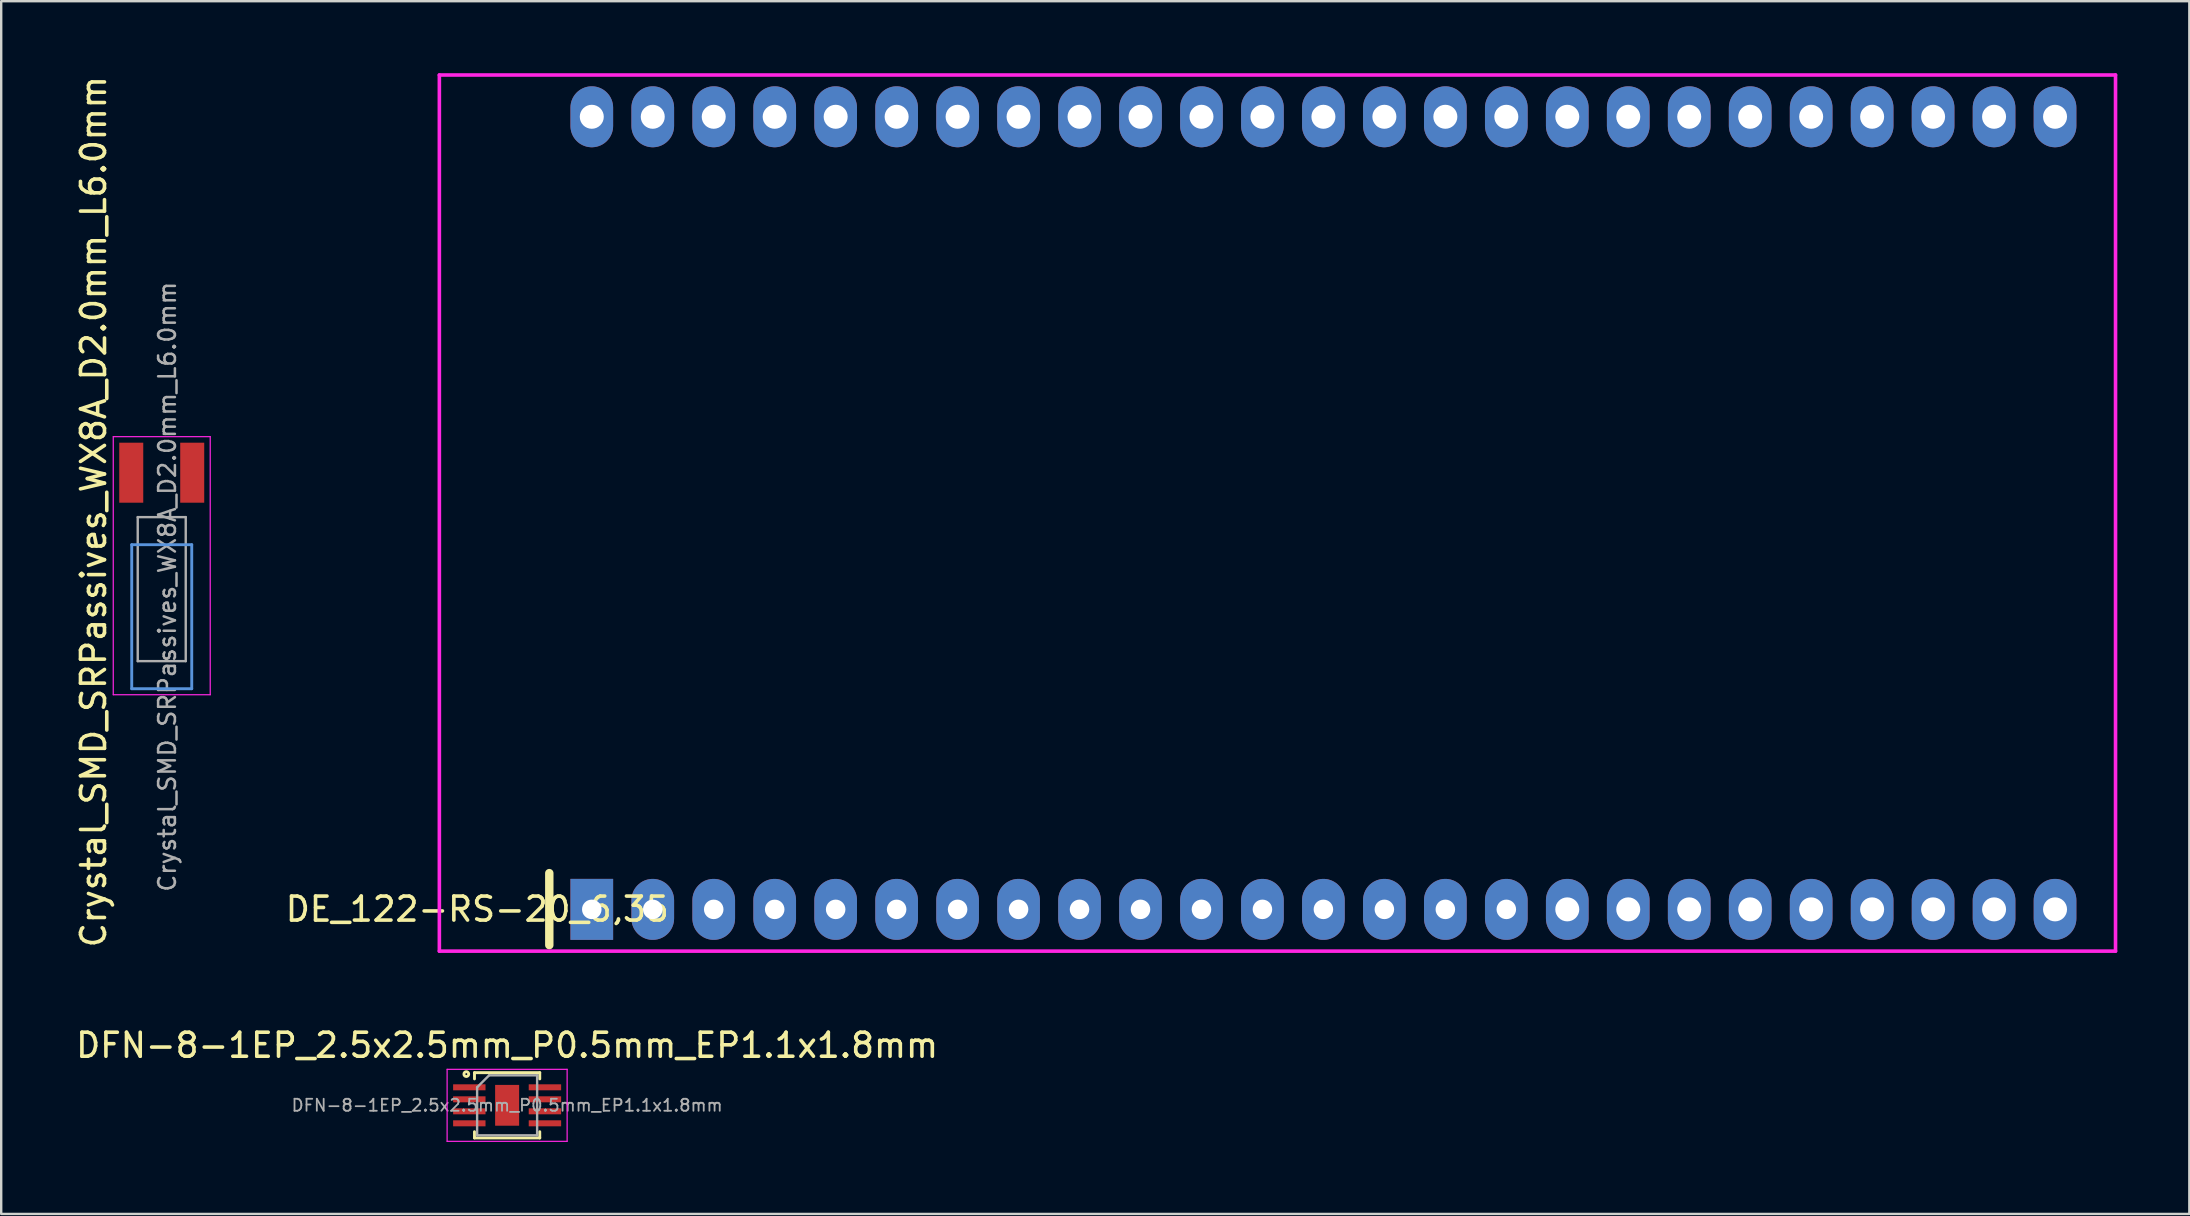
<source format=kicad_pcb>
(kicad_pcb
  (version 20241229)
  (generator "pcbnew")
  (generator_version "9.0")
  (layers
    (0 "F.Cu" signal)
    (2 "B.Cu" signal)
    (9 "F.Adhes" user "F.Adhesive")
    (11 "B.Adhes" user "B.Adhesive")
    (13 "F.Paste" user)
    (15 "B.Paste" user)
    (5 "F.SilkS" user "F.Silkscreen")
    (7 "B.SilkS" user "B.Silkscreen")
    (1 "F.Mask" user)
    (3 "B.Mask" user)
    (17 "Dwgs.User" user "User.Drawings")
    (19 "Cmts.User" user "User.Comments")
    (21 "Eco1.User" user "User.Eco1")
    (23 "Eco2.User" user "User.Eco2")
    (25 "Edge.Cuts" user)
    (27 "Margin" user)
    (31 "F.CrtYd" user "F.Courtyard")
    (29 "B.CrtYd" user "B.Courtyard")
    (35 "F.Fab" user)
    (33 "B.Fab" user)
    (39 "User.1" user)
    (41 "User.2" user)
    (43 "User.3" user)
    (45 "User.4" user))
  (footprint "DE_122-RS-20_6,35"
    (layer "F.Cu")
    (at 52.084 18.325)
    (property "Reference" "DE_122-RS-20_6,35" (at -35.25 16.5 0) (layer "F.SilkS") (effects (font (size 1 1) (thickness 0.15))))
    (attr through_hole)
    (fp_line (start -32.25 15) (end -32.25 18) (stroke (width 0.35) (type solid)) (layer "F.SilkS"))
    (fp_line (start -36.83 -18.25) (end 33 -18.25) (stroke (width 0.15) (type solid)) (layer "F.CrtYd"))
    (fp_line (start -36.83 18.25) (end -36.83 -18.25) (stroke (width 0.15) (type solid)) (layer "F.CrtYd"))
    (fp_line (start 33 -18.25) (end 33 18.25) (stroke (width 0.15) (type solid)) (layer "F.CrtYd"))
    (fp_line (start 33 18.25) (end -36.83 18.25) (stroke (width 0.15) (type solid)) (layer "F.CrtYd"))
    (pad "1" thru_hole rect (at -30.48 16.51) (size 1.778 2.54) (drill 0.813) (layers "*.Cu" "*.Mask"))
    (pad "2" thru_hole oval (at -27.94 16.51) (size 1.778 2.54) (drill 0.813) (layers "*.Cu" "*.Mask"))
    (pad "3" thru_hole oval (at -25.4 16.51) (size 1.778 2.54) (drill 0.813) (layers "*.Cu" "*.Mask"))
    (pad "4" thru_hole oval (at -22.86 16.51) (size 1.778 2.54) (drill 0.813) (layers "*.Cu" "*.Mask"))
    (pad "5" thru_hole oval (at -20.32 16.51) (size 1.778 2.54) (drill 0.813) (layers "*.Cu" "*.Mask"))
    (pad "6" thru_hole oval (at -17.78 16.51) (size 1.778 2.54) (drill 0.813) (layers "*.Cu" "*.Mask"))
    (pad "7" thru_hole oval (at -15.24 16.51) (size 1.778 2.54) (drill 0.813) (layers "*.Cu" "*.Mask"))
    (pad "8" thru_hole oval (at -12.7 16.51) (size 1.778 2.54) (drill 0.813) (layers "*.Cu" "*.Mask"))
    (pad "9" thru_hole oval (at -10.16 16.51) (size 1.778 2.54) (drill 0.813) (layers "*.Cu" "*.Mask"))
    (pad "10" thru_hole oval (at -7.62 16.51) (size 1.778 2.54) (drill 0.813) (layers "*.Cu" "*.Mask"))
    (pad "11" thru_hole oval (at -5.08 16.51) (size 1.778 2.54) (drill 0.813) (layers "*.Cu" "*.Mask"))
    (pad "12" thru_hole oval (at -2.54 16.51) (size 1.778 2.54) (drill 0.813) (layers "*.Cu" "*.Mask"))
    (pad "13" thru_hole oval (at 0 16.51) (size 1.778 2.54) (drill 0.813) (layers "*.Cu" "*.Mask"))
    (pad "14" thru_hole oval (at 2.54 16.51) (size 1.778 2.54) (drill 0.813) (layers "*.Cu" "*.Mask"))
    (pad "15" thru_hole oval (at 5.08 16.51) (size 1.778 2.54) (drill 0.813) (layers "*.Cu" "*.Mask"))
    (pad "16" thru_hole oval (at 7.62 16.51) (size 1.778 2.54) (drill 0.813) (layers "*.Cu" "*.Mask"))
    (pad "17" thru_hole oval (at 10.16 16.51) (size 1.778 2.54) (drill 1) (layers "*.Cu" "*.Mask"))
    (pad "18" thru_hole oval (at 12.7 16.51) (size 1.778 2.54) (drill 1) (layers "*.Cu" "*.Mask"))
    (pad "19" thru_hole oval (at 15.24 16.51) (size 1.778 2.54) (drill 1) (layers "*.Cu" "*.Mask"))
    (pad "20" thru_hole oval (at 17.78 16.51) (size 1.778 2.54) (drill 1) (layers "*.Cu" "*.Mask"))
    (pad "21" thru_hole oval (at 20.32 16.51) (size 1.778 2.54) (drill 1) (layers "*.Cu" "*.Mask"))
    (pad "22" thru_hole oval (at 22.86 16.51) (size 1.778 2.54) (drill 1) (layers "*.Cu" "*.Mask"))
    (pad "23" thru_hole oval (at 25.4 16.51) (size 1.778 2.54) (drill 1) (layers "*.Cu" "*.Mask"))
    (pad "24" thru_hole oval (at 27.94 16.51) (size 1.778 2.54) (drill 1) (layers "*.Cu" "*.Mask"))
    (pad "25" thru_hole oval (at 30.48 16.51) (size 1.778 2.54) (drill 1) (layers "*.Cu" "*.Mask"))
    (pad "26" thru_hole oval (at 30.48 -16.51) (size 1.778 2.54) (drill 1) (layers "*.Cu" "*.Mask"))
    (pad "27" thru_hole oval (at 27.94 -16.51) (size 1.778 2.54) (drill 1) (layers "*.Cu" "*.Mask"))
    (pad "28" thru_hole oval (at 25.4 -16.51) (size 1.778 2.54) (drill 1) (layers "*.Cu" "*.Mask"))
    (pad "29" thru_hole oval (at 22.86 -16.51) (size 1.778 2.54) (drill 1) (layers "*.Cu" "*.Mask"))
    (pad "30" thru_hole oval (at 20.32 -16.51) (size 1.778 2.54) (drill 1) (layers "*.Cu" "*.Mask"))
    (pad "31" thru_hole oval (at 17.78 -16.51) (size 1.778 2.54) (drill 1) (layers "*.Cu" "*.Mask"))
    (pad "32" thru_hole oval (at 15.24 -16.51) (size 1.778 2.54) (drill 1) (layers "*.Cu" "*.Mask"))
    (pad "33" thru_hole oval (at 12.7 -16.51) (size 1.778 2.54) (drill 1) (layers "*.Cu" "*.Mask"))
    (pad "34" thru_hole oval (at 10.16 -16.51) (size 1.778 2.54) (drill 1) (layers "*.Cu" "*.Mask"))
    (pad "35" thru_hole oval (at 7.62 -16.51) (size 1.778 2.54) (drill 1) (layers "*.Cu" "*.Mask"))
    (pad "36" thru_hole oval (at 5.08 -16.51) (size 1.778 2.54) (drill 1) (layers "*.Cu" "*.Mask"))
    (pad "37" thru_hole oval (at 2.54 -16.51) (size 1.778 2.54) (drill 1) (layers "*.Cu" "*.Mask"))
    (pad "38" thru_hole oval (at 0 -16.51) (size 1.778 2.54) (drill 1) (layers "*.Cu" "*.Mask"))
    (pad "39" thru_hole oval (at -2.54 -16.51) (size 1.778 2.54) (drill 1) (layers "*.Cu" "*.Mask"))
    (pad "40" thru_hole oval (at -5.08 -16.51) (size 1.778 2.54) (drill 1) (layers "*.Cu" "*.Mask"))
    (pad "41" thru_hole oval (at -7.62 -16.51) (size 1.778 2.54) (drill 1) (layers "*.Cu" "*.Mask"))
    (pad "42" thru_hole oval (at -10.16 -16.51) (size 1.778 2.54) (drill 1) (layers "*.Cu" "*.Mask"))
    (pad "43" thru_hole oval (at -12.7 -16.51) (size 1.778 2.54) (drill 1) (layers "*.Cu" "*.Mask"))
    (pad "44" thru_hole oval (at -15.24 -16.51) (size 1.778 2.54) (drill 1) (layers "*.Cu" "*.Mask"))
    (pad "45" thru_hole oval (at -17.78 -16.51) (size 1.778 2.54) (drill 1) (layers "*.Cu" "*.Mask"))
    (pad "46" thru_hole oval (at -20.32 -16.51) (size 1.778 2.54) (drill 1) (layers "*.Cu" "*.Mask"))
    (pad "47" thru_hole oval (at -22.86 -16.51) (size 1.778 2.54) (drill 1) (layers "*.Cu" "*.Mask"))
    (pad "48" thru_hole oval (at -25.4 -16.51) (size 1.778 2.54) (drill 1) (layers "*.Cu" "*.Mask"))
    (pad "49" thru_hole oval (at -27.94 -16.51) (size 1.778 2.54) (drill 1) (layers "*.Cu" "*.Mask"))
    (pad "50" thru_hole oval (at -30.48 -16.51) (size 1.778 2.54) (drill 1) (layers "*.Cu" "*.Mask")))
  (footprint "DFN-8-1EP_2.5x2.5mm_P0.5mm_EP1.1x1.8mm"
    (layer "F.Cu")
    (at 18.077 42.998)
    (property "Reference" "DFN-8-1EP_2.5x2.5mm_P0.5mm_EP1.1x1.8mm" (at 0 -2.5 0) (layer "F.SilkS") (effects (font (size 1 1) (thickness 0.15))))
    (attr smd)
    (fp_line (start -1.36 -1.36) (end -1.36 -1.1) (stroke (width 0.12) (type solid)) (layer "F.SilkS"))
    (fp_line (start -1.36 -1.36) (end 1.36 -1.36) (stroke (width 0.12) (type solid)) (layer "F.SilkS"))
    (fp_line (start -1.36 1.36) (end -1.36 1.1) (stroke (width 0.12) (type solid)) (layer "F.SilkS"))
    (fp_line (start -1.36 1.36) (end 1.36 1.36) (stroke (width 0.12) (type solid)) (layer "F.SilkS"))
    (fp_line (start 1.36 -1.36) (end 1.36 -1.1) (stroke (width 0.12) (type solid)) (layer "F.SilkS"))
    (fp_line (start 1.36 1.36) (end 1.36 1.1) (stroke (width 0.12) (type solid)) (layer "F.SilkS"))
    (fp_circle (center -1.7 -1.3) (end -1.6 -1.3) (stroke (width 0.12) (type solid)) (fill no) (layer "F.SilkS"))
    (fp_line (start -2.5 -1.5) (end -2.5 1.5) (stroke (width 0.05) (type solid)) (layer "F.CrtYd"))
    (fp_line (start -2.5 -1.5) (end 2.5 -1.5) (stroke (width 0.05) (type solid)) (layer "F.CrtYd"))
    (fp_line (start 2.5 -1.5) (end 2.5 1.5) (stroke (width 0.05) (type solid)) (layer "F.CrtYd"))
    (fp_line (start 2.5 1.5) (end -2.5 1.5) (stroke (width 0.05) (type solid)) (layer "F.CrtYd"))
    (fp_line (start -1.25 -0.75) (end -1.25 1.25) (stroke (width 0.1) (type solid)) (layer "F.Fab"))
    (fp_line (start -1.25 -0.75) (end -0.75 -1.25) (stroke (width 0.1) (type solid)) (layer "F.Fab"))
    (fp_line (start -1.25 1.25) (end 1.25 1.25) (stroke (width 0.1) (type solid)) (layer "F.Fab"))
    (fp_line (start -0.75 -1.25) (end 1.25 -1.25) (stroke (width 0.1) (type solid)) (layer "F.Fab"))
    (fp_line (start 1.25 -1.25) (end 1.25 1.25) (stroke (width 0.1) (type solid)) (layer "F.Fab"))
    (fp_text user "${REFERENCE}" (at 0 0 0) (layer "F.Fab") (effects (font (size 0.5 0.5) (thickness 0.075))))
    (pad "1" smd rect (at -1.575 -0.75) (size 1.35 0.25) (layers "F.Cu" "F.Mask" "F.Paste"))
    (pad "2" smd rect (at -1.575 -0.25) (size 1.35 0.25) (layers "F.Cu" "F.Mask" "F.Paste"))
    (pad "3" smd rect (at -1.575 0.25) (size 1.35 0.25) (layers "F.Cu" "F.Mask" "F.Paste"))
    (pad "4" smd rect (at -1.575 0.75) (size 1.35 0.25) (layers "F.Cu" "F.Mask" "F.Paste"))
    (pad "5" smd rect (at 1.575 0.75) (size 1.35 0.25) (layers "F.Cu" "F.Mask" "F.Paste"))
    (pad "6" smd rect (at 1.575 0.25) (size 1.35 0.25) (layers "F.Cu" "F.Mask" "F.Paste"))
    (pad "7" smd rect (at 1.575 -0.25) (size 1.35 0.25) (layers "F.Cu" "F.Mask" "F.Paste"))
    (pad "8" smd rect (at 1.575 -0.75) (size 1.35 0.25) (layers "F.Cu" "F.Mask" "F.Paste"))
    (pad "9" smd rect (at 0 0) (size 1 1.7) (layers "F.Cu" "F.Mask" "F.Paste")))
  (footprint "Crystal_SMD_SRPassives_WX8A_D2.0mm_L6.0mm"
    (layer "F.Cu")
    (at 2.418 16.643)
    (property "Reference" "Crystal_SMD_SRPassives_WX8A_D2.0mm_L6.0mm" (at -1.57 1.625 90) (layer "F.SilkS") (effects (font (size 1 1) (thickness 0.15))))
    (attr through_hole)
    (fp_line (start 0.02 3) (end 2.52 3) (stroke (width 0.12) (type solid)) (layer "Cmts.User"))
    (fp_line (start 0.02 9) (end 0.02 3) (stroke (width 0.12) (type solid)) (layer "Cmts.User"))
    (fp_line (start 2.52 3) (end 2.52 9) (stroke (width 0.12) (type solid)) (layer "Cmts.User"))
    (fp_line (start 2.52 9) (end 0.02 9) (stroke (width 0.12) (type solid)) (layer "Cmts.User"))
    (fp_line (start -0.75 -1.5) (end -0.75 9.25) (stroke (width 0.05) (type solid)) (layer "F.CrtYd"))
    (fp_line (start -0.75 9.25) (end 3.29 9.25) (stroke (width 0.05) (type solid)) (layer "F.CrtYd"))
    (fp_line (start 3.29 -1.5) (end -0.75 -1.5) (stroke (width 0.05) (type solid)) (layer "F.CrtYd"))
    (fp_line (start 3.29 9.25) (end 3.29 -1.5) (stroke (width 0.05) (type solid)) (layer "F.CrtYd"))
    (fp_line (start 0.27 1.85) (end 0.27 7.85) (stroke (width 0.1) (type solid)) (layer "F.Fab"))
    (fp_line (start 0.27 7.85) (end 2.27 7.85) (stroke (width 0.1) (type solid)) (layer "F.Fab"))
    (fp_line (start 2.27 1.85) (end 0.27 1.85) (stroke (width 0.1) (type solid)) (layer "F.Fab"))
    (fp_line (start 2.27 7.85) (end 2.27 1.85) (stroke (width 0.1) (type solid)) (layer "F.Fab"))
    (fp_text user "${REFERENCE}" (at 1.5 4.75 90) (layer "F.Fab") (effects (font (size 0.7 0.7) (thickness 0.105))))
    (pad "1" smd rect (at 0 0) (size 1 2.5) (layers "F.Cu" "F.Mask" "F.Paste"))
    (pad "2" smd rect (at 2.54 0) (size 1 2.5) (layers "F.Cu" "F.Mask" "F.Paste")))
  (gr_rect
    (start -3 -3)
    (end 88.159 47.523)
    (stroke (width 0.1) (type default))
    (fill no)
    (layer "Edge.Cuts")))
</source>
